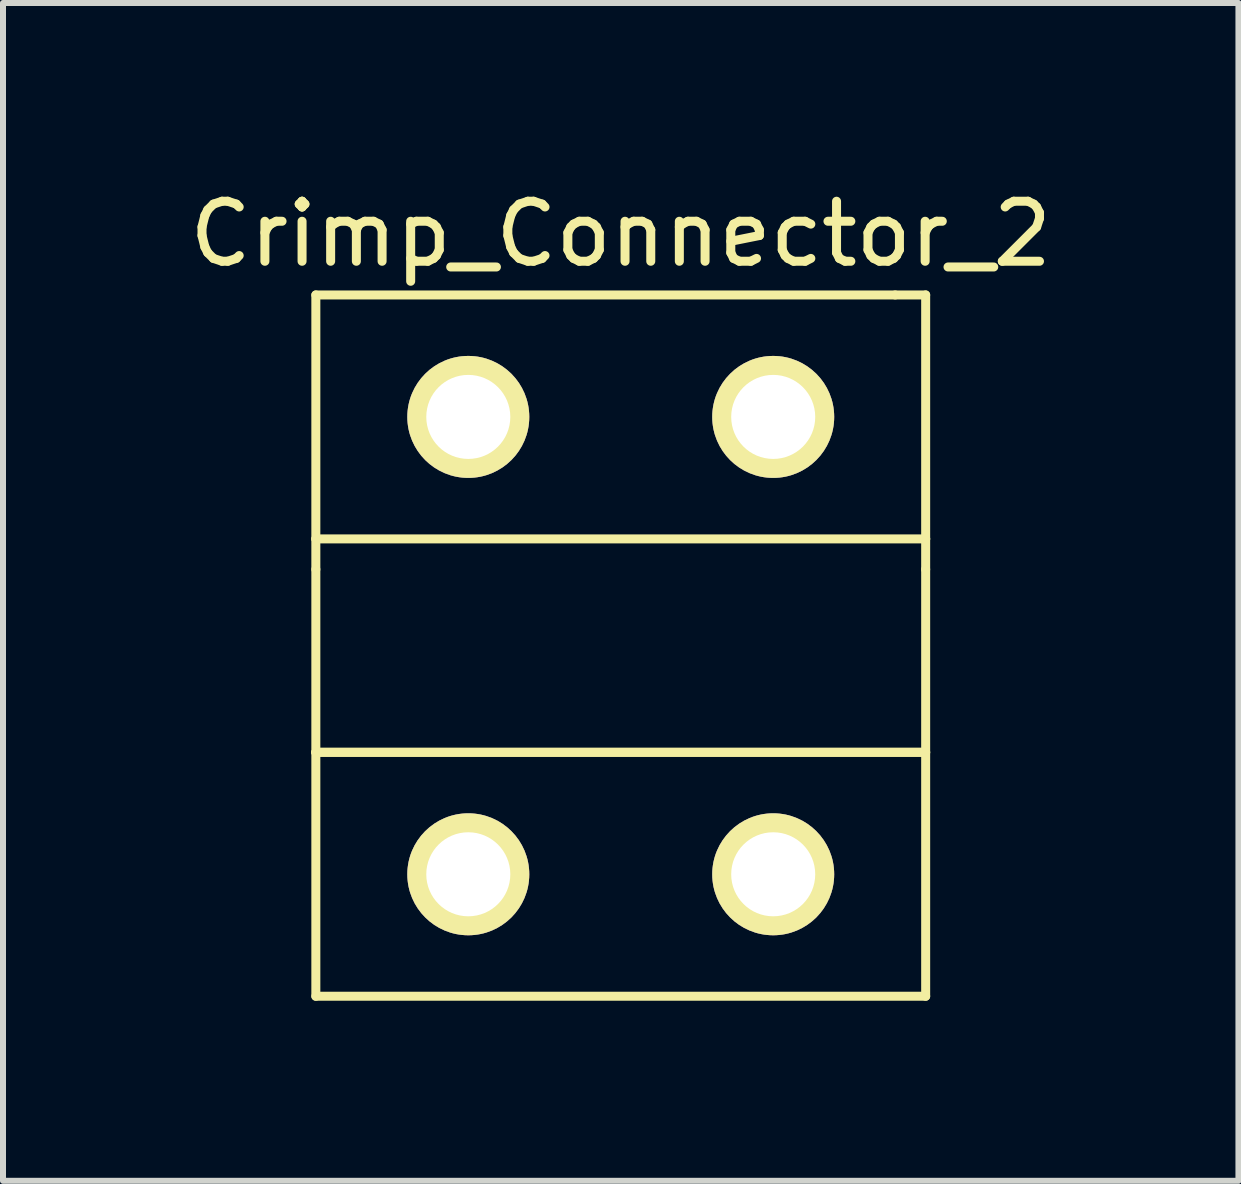
<source format=kicad_pcb>
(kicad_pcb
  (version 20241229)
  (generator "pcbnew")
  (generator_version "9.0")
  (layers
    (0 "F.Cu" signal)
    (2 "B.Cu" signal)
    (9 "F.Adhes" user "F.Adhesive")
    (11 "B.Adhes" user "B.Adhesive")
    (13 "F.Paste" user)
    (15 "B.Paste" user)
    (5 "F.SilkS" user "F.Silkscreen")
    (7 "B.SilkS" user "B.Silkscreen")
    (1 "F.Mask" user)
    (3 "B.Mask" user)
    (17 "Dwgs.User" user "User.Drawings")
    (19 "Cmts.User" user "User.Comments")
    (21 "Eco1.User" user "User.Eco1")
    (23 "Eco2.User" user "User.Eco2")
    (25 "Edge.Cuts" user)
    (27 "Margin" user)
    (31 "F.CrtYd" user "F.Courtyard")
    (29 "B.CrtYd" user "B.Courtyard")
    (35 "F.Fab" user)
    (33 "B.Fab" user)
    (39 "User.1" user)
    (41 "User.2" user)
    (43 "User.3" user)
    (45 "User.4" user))
  (footprint "Crimp_Connector_2"
    (layer "F.Cu")
    (at 9.832 3.896)
    (property "Reference" "Crimp_Connector_2" (at -2.54 -3.048 0) (layer "F.SilkS") (effects (font (size 1 1) (thickness 0.15))))
    (attr through_hole)
    (fp_line (start -7.62 -2.032) (end -7.62 2.032) (stroke (width 0.15) (type solid)) (layer "F.SilkS"))
    (fp_line (start -7.62 -2.032) (end 2.032 -2.032) (stroke (width 0.15) (type solid)) (layer "F.SilkS"))
    (fp_line (start -7.62 2.032) (end 2.54 2.032) (stroke (width 0.15) (type solid)) (layer "F.SilkS"))
    (fp_line (start -7.62 2.54) (end -7.62 2.032) (stroke (width 0.15) (type solid)) (layer "F.SilkS"))
    (fp_line (start -7.62 5.588) (end -7.62 2.54) (stroke (width 0.15) (type solid)) (layer "F.SilkS"))
    (fp_line (start -7.62 5.588) (end 2.54 5.588) (stroke (width 0.15) (type solid)) (layer "F.SilkS"))
    (fp_line (start -7.62 9.652) (end -7.62 5.588) (stroke (width 0.15) (type solid)) (layer "F.SilkS"))
    (fp_line (start 2.032 -2.032) (end 2.54 -2.032) (stroke (width 0.15) (type solid)) (layer "F.SilkS"))
    (fp_line (start 2.54 2.032) (end 2.54 -2.032) (stroke (width 0.15) (type solid)) (layer "F.SilkS"))
    (fp_line (start 2.54 2.54) (end 2.54 2.032) (stroke (width 0.15) (type solid)) (layer "F.SilkS"))
    (fp_line (start 2.54 2.54) (end 2.54 9.652) (stroke (width 0.15) (type solid)) (layer "F.SilkS"))
    (fp_line (start 2.54 5.588) (end -7.62 5.588) (stroke (width 0.15) (type solid)) (layer "F.SilkS"))
    (fp_line (start 2.54 9.652) (end -7.62 9.652) (stroke (width 0.15) (type solid)) (layer "F.SilkS"))
    (pad "1" thru_hole circle (at -5.08 0) (size 2.032 2.032) (drill 1.4) (layers "*.Cu" "*.Mask" "F.SilkS"))
    (pad "1" thru_hole circle (at 0 0) (size 2.032 2.032) (drill 1.4) (layers "*.Cu" "*.Mask" "F.SilkS"))
    (pad "2" thru_hole oval (at -5.08 7.62) (size 2.032 2.032) (drill 1.4) (layers "*.Cu" "*.Mask" "F.SilkS"))
    (pad "2" thru_hole oval (at 0 7.62) (size 2.032 2.032) (drill 1.4) (layers "*.Cu" "*.Mask" "F.SilkS")))
  (gr_rect
    (start -3 -3)
    (end 17.583 16.623)
    (stroke (width 0.1) (type default))
    (fill no)
    (layer "Edge.Cuts")))
</source>
